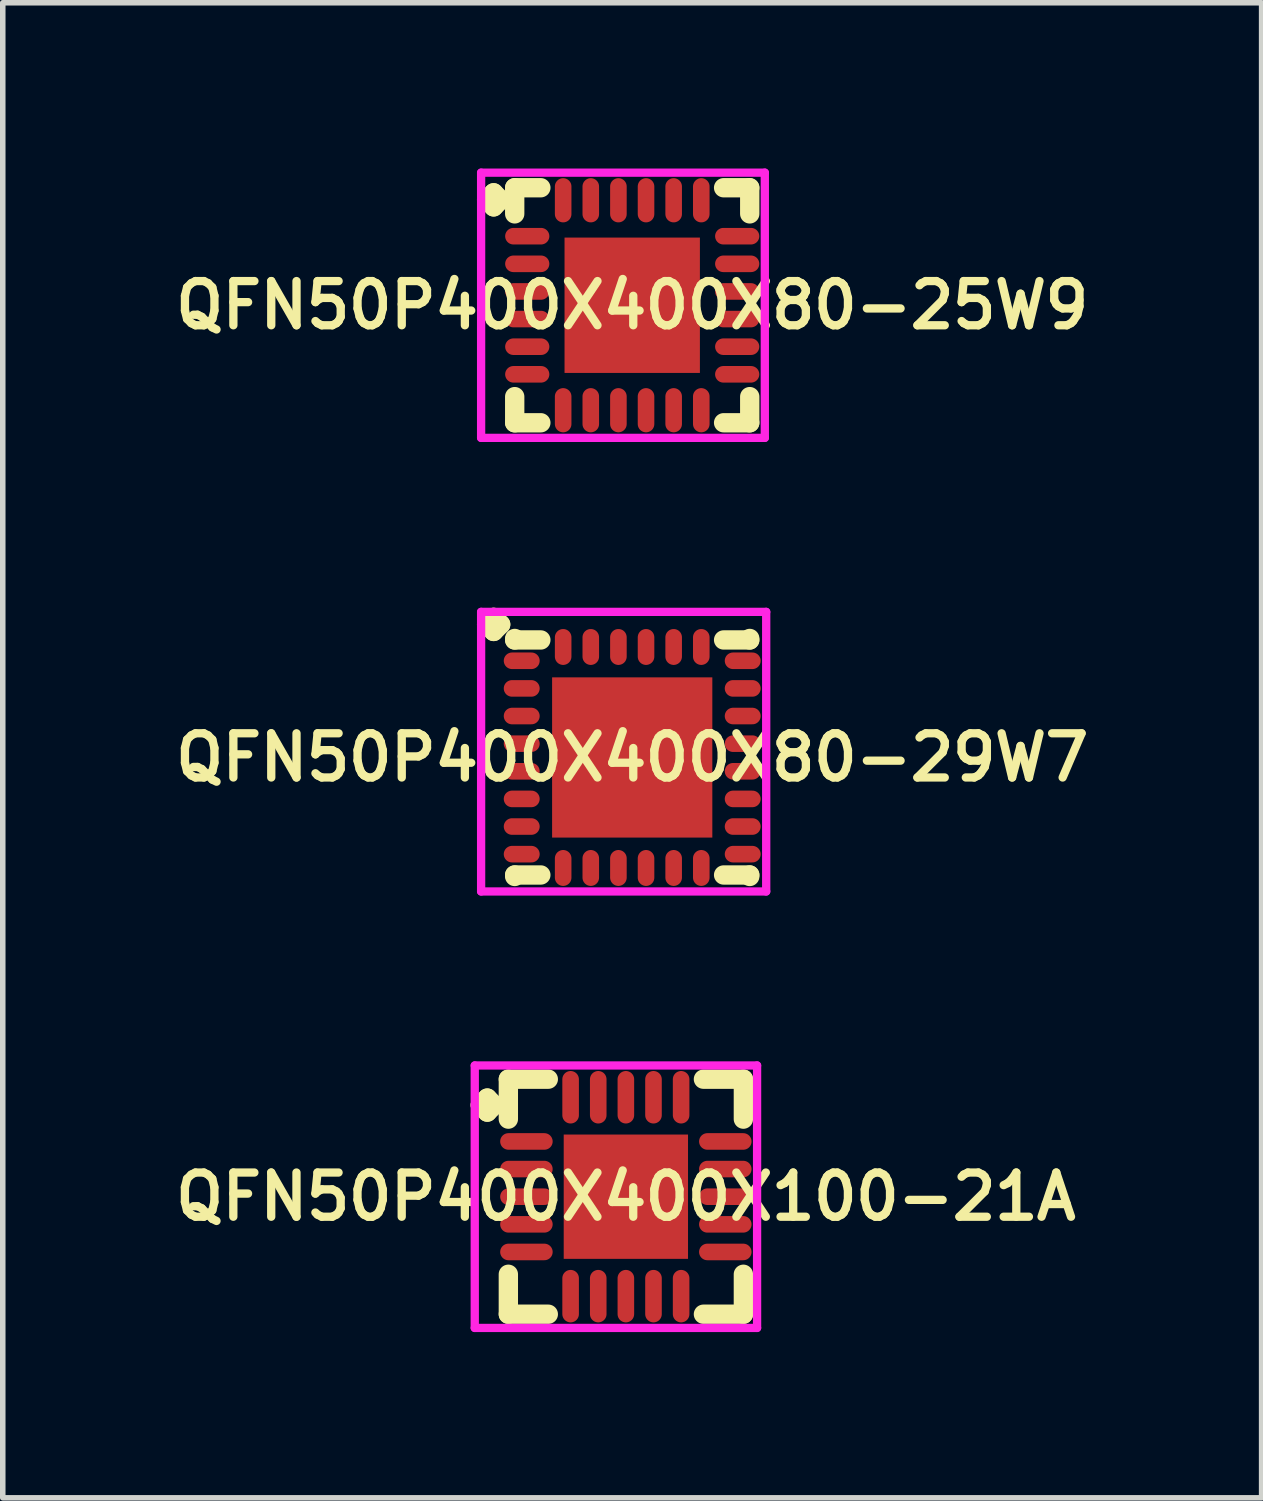
<source format=kicad_pcb>
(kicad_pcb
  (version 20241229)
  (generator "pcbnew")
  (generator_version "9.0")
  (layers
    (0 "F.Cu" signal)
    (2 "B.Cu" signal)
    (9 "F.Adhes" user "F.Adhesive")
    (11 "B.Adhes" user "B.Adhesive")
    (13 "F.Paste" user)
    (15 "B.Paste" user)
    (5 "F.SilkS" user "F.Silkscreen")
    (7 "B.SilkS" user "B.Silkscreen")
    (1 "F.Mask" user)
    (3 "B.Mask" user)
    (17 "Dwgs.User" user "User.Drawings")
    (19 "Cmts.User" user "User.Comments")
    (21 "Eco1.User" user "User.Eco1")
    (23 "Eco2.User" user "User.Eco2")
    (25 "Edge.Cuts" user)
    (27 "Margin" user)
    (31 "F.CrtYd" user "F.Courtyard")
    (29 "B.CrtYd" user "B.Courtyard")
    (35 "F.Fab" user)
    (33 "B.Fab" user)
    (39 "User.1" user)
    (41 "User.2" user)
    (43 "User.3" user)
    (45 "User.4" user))
  (footprint "QFN50P400X400X80-25W9"
    (layer "F.Cu")
    (at 8.393 2.475)
    (property "Reference" "QFN50P400X400X80-25W9" (at 0 0 0) (layer "F.SilkS") (effects (font (size 0.8 0.8) (thickness 0.15))))
    (attr smd)
    (fp_line (start -2.635 -1.908) (end -2.508 -2.035) (stroke (width 0.35) (type solid)) (layer "F.SilkS"))
    (fp_line (start -2.508 -2.035) (end -2.381 -1.908) (stroke (width 0.35) (type solid)) (layer "F.SilkS"))
    (fp_line (start -2.508 -1.781) (end -2.635 -1.908) (stroke (width 0.35) (type solid)) (layer "F.SilkS"))
    (fp_line (start -2.381 -1.908) (end -2.508 -1.781) (stroke (width 0.35) (type solid)) (layer "F.SilkS"))
    (fp_line (start -2.127 -2.127) (end -1.654 -2.127) (stroke (width 0.35) (type solid)) (layer "F.SilkS"))
    (fp_line (start -2.127 -1.654) (end -2.127 -2.127) (stroke (width 0.35) (type solid)) (layer "F.SilkS"))
    (fp_line (start -2.127 1.654) (end -2.127 2.127) (stroke (width 0.35) (type solid)) (layer "F.SilkS"))
    (fp_line (start -2.127 2.127) (end -1.654 2.127) (stroke (width 0.35) (type solid)) (layer "F.SilkS"))
    (fp_line (start 1.654 -2.127) (end 2.127 -2.127) (stroke (width 0.35) (type solid)) (layer "F.SilkS"))
    (fp_line (start 1.654 2.127) (end 2.127 2.127) (stroke (width 0.35) (type solid)) (layer "F.SilkS"))
    (fp_line (start 2.127 -2.127) (end 2.127 -1.654) (stroke (width 0.35) (type solid)) (layer "F.SilkS"))
    (fp_line (start 2.127 2.127) (end 2.127 1.654) (stroke (width 0.35) (type solid)) (layer "F.SilkS"))
    (fp_line (start -2.735 -2.4) (end 2.4 -2.4) (stroke (width 0.15) (type solid)) (layer "F.CrtYd"))
    (fp_line (start -2.735 2.4) (end -2.735 -2.4) (stroke (width 0.15) (type solid)) (layer "F.CrtYd"))
    (fp_line (start 2.4 -2.4) (end 2.4 2.4) (stroke (width 0.15) (type solid)) (layer "F.CrtYd"))
    (fp_line (start 2.4 2.4) (end -2.735 2.4) (stroke (width 0.15) (type solid)) (layer "F.CrtYd"))
    (pad "1" smd oval (at -1.9 -1.25) (size 0.8 0.3) (layers "F.Cu" "F.Mask" "F.Paste"))
    (pad "2" smd oval (at -1.9 -0.75) (size 0.8 0.3) (layers "F.Cu" "F.Mask" "F.Paste"))
    (pad "3" smd oval (at -1.9 -0.25) (size 0.8 0.3) (layers "F.Cu" "F.Mask" "F.Paste"))
    (pad "4" smd oval (at -1.9 0.25) (size 0.8 0.3) (layers "F.Cu" "F.Mask" "F.Paste"))
    (pad "5" smd oval (at -1.9 0.75) (size 0.8 0.3) (layers "F.Cu" "F.Mask" "F.Paste"))
    (pad "6" smd oval (at -1.9 1.25) (size 0.8 0.3) (layers "F.Cu" "F.Mask" "F.Paste"))
    (pad "7" smd oval (at -1.25 1.9) (size 0.3 0.8) (layers "F.Cu" "F.Mask" "F.Paste"))
    (pad "8" smd oval (at -0.75 1.9) (size 0.3 0.8) (layers "F.Cu" "F.Mask" "F.Paste"))
    (pad "9" smd oval (at -0.25 1.9) (size 0.3 0.8) (layers "F.Cu" "F.Mask" "F.Paste"))
    (pad "10" smd oval (at 0.25 1.9) (size 0.3 0.8) (layers "F.Cu" "F.Mask" "F.Paste"))
    (pad "11" smd oval (at 0.75 1.9) (size 0.3 0.8) (layers "F.Cu" "F.Mask" "F.Paste"))
    (pad "12" smd oval (at 1.25 1.9) (size 0.3 0.8) (layers "F.Cu" "F.Mask" "F.Paste"))
    (pad "13" smd oval (at 1.9 1.25) (size 0.8 0.3) (layers "F.Cu" "F.Mask" "F.Paste"))
    (pad "14" smd oval (at 1.9 0.75) (size 0.8 0.3) (layers "F.Cu" "F.Mask" "F.Paste"))
    (pad "15" smd oval (at 1.9 0.25) (size 0.8 0.3) (layers "F.Cu" "F.Mask" "F.Paste"))
    (pad "16" smd oval (at 1.9 -0.25) (size 0.8 0.3) (layers "F.Cu" "F.Mask" "F.Paste"))
    (pad "17" smd oval (at 1.9 -0.75) (size 0.8 0.3) (layers "F.Cu" "F.Mask" "F.Paste"))
    (pad "18" smd oval (at 1.9 -1.25) (size 0.8 0.3) (layers "F.Cu" "F.Mask" "F.Paste"))
    (pad "19" smd oval (at 1.25 -1.9) (size 0.3 0.8) (layers "F.Cu" "F.Mask" "F.Paste"))
    (pad "20" smd oval (at 0.75 -1.9) (size 0.3 0.8) (layers "F.Cu" "F.Mask" "F.Paste"))
    (pad "21" smd oval (at 0.25 -1.9) (size 0.3 0.8) (layers "F.Cu" "F.Mask" "F.Paste"))
    (pad "22" smd oval (at -0.25 -1.9) (size 0.3 0.8) (layers "F.Cu" "F.Mask" "F.Paste"))
    (pad "23" smd oval (at -0.75 -1.9) (size 0.3 0.8) (layers "F.Cu" "F.Mask" "F.Paste"))
    (pad "24" smd oval (at -1.25 -1.9) (size 0.3 0.8) (layers "F.Cu" "F.Mask" "F.Paste"))
    (pad "25" smd rect (at 0 0) (size 2.45 2.45) (layers "F.Cu" "F.Mask" "F.Paste")))
  (footprint "QFN50P400X400X100-21A"
    (layer "F.Cu")
    (at 8.278 18.61)
    (property "Reference" "QFN50P400X400X100-21A" (at 0 0 0) (layer "F.SilkS") (effects (font (size 0.8 0.8) (thickness 0.15))))
    (attr smd)
    (fp_line (start -2.635 -1.658) (end -2.508 -1.785) (stroke (width 0.35) (type solid)) (layer "F.SilkS"))
    (fp_line (start -2.508 -1.785) (end -2.381 -1.658) (stroke (width 0.35) (type solid)) (layer "F.SilkS"))
    (fp_line (start -2.508 -1.531) (end -2.635 -1.658) (stroke (width 0.35) (type solid)) (layer "F.SilkS"))
    (fp_line (start -2.381 -1.658) (end -2.508 -1.531) (stroke (width 0.35) (type solid)) (layer "F.SilkS"))
    (fp_line (start -2.127 -2.127) (end -1.404 -2.127) (stroke (width 0.35) (type solid)) (layer "F.SilkS"))
    (fp_line (start -2.127 -1.404) (end -2.127 -2.127) (stroke (width 0.35) (type solid)) (layer "F.SilkS"))
    (fp_line (start -2.127 1.404) (end -2.127 2.127) (stroke (width 0.35) (type solid)) (layer "F.SilkS"))
    (fp_line (start -2.127 2.127) (end -1.404 2.127) (stroke (width 0.35) (type solid)) (layer "F.SilkS"))
    (fp_line (start 1.404 -2.127) (end 2.127 -2.127) (stroke (width 0.35) (type solid)) (layer "F.SilkS"))
    (fp_line (start 1.404 2.127) (end 2.127 2.127) (stroke (width 0.35) (type solid)) (layer "F.SilkS"))
    (fp_line (start 2.127 -2.127) (end 2.127 -1.404) (stroke (width 0.35) (type solid)) (layer "F.SilkS"))
    (fp_line (start 2.127 2.127) (end 2.127 1.404) (stroke (width 0.35) (type solid)) (layer "F.SilkS"))
    (fp_line (start -2.735 -2.375) (end 2.375 -2.375) (stroke (width 0.15) (type solid)) (layer "F.CrtYd"))
    (fp_line (start -2.735 2.375) (end -2.735 -2.375) (stroke (width 0.15) (type solid)) (layer "F.CrtYd"))
    (fp_line (start 2.375 -2.375) (end 2.375 2.375) (stroke (width 0.15) (type solid)) (layer "F.CrtYd"))
    (fp_line (start 2.375 2.375) (end -2.735 2.375) (stroke (width 0.15) (type solid)) (layer "F.CrtYd"))
    (pad "1" smd oval (at -1.8 -1) (size 0.95 0.3) (layers "F.Cu" "F.Mask" "F.Paste"))
    (pad "2" smd oval (at -1.8 -0.5) (size 0.95 0.3) (layers "F.Cu" "F.Mask" "F.Paste"))
    (pad "3" smd oval (at -1.8 0) (size 0.95 0.3) (layers "F.Cu" "F.Mask" "F.Paste"))
    (pad "4" smd oval (at -1.8 0.5) (size 0.95 0.3) (layers "F.Cu" "F.Mask" "F.Paste"))
    (pad "5" smd oval (at -1.8 1) (size 0.95 0.3) (layers "F.Cu" "F.Mask" "F.Paste"))
    (pad "6" smd oval (at -1 1.8) (size 0.3 0.95) (layers "F.Cu" "F.Mask" "F.Paste"))
    (pad "7" smd oval (at -0.5 1.8) (size 0.3 0.95) (layers "F.Cu" "F.Mask" "F.Paste"))
    (pad "8" smd oval (at 0 1.8) (size 0.3 0.95) (layers "F.Cu" "F.Mask" "F.Paste"))
    (pad "9" smd oval (at 0.5 1.8) (size 0.3 0.95) (layers "F.Cu" "F.Mask" "F.Paste"))
    (pad "10" smd oval (at 1 1.8) (size 0.3 0.95) (layers "F.Cu" "F.Mask" "F.Paste"))
    (pad "11" smd oval (at 1.8 1) (size 0.95 0.3) (layers "F.Cu" "F.Mask" "F.Paste"))
    (pad "12" smd oval (at 1.8 0.5) (size 0.95 0.3) (layers "F.Cu" "F.Mask" "F.Paste"))
    (pad "13" smd oval (at 1.8 0) (size 0.95 0.3) (layers "F.Cu" "F.Mask" "F.Paste"))
    (pad "14" smd oval (at 1.8 -0.5) (size 0.95 0.3) (layers "F.Cu" "F.Mask" "F.Paste"))
    (pad "15" smd oval (at 1.8 -1) (size 0.95 0.3) (layers "F.Cu" "F.Mask" "F.Paste"))
    (pad "16" smd oval (at 1 -1.8) (size 0.3 0.95) (layers "F.Cu" "F.Mask" "F.Paste"))
    (pad "17" smd oval (at 0.5 -1.8) (size 0.3 0.95) (layers "F.Cu" "F.Mask" "F.Paste"))
    (pad "18" smd oval (at 0 -1.8) (size 0.3 0.95) (layers "F.Cu" "F.Mask" "F.Paste"))
    (pad "19" smd oval (at -0.5 -1.8) (size 0.3 0.95) (layers "F.Cu" "F.Mask" "F.Paste"))
    (pad "20" smd oval (at -1 -1.8) (size 0.3 0.95) (layers "F.Cu" "F.Mask" "F.Paste"))
    (pad "21" smd rect (at 0 0) (size 2.25 2.25) (layers "F.Cu" "F.Mask" "F.Paste")))
  (footprint "QFN50P400X400X80-29W7"
    (layer "F.Cu")
    (at 8.393 10.66)
    (property "Reference" "QFN50P400X400X80-29W7" (at 0 0 0) (layer "F.SilkS") (effects (font (size 0.8 0.8) (thickness 0.15))))
    (attr smd)
    (fp_line (start -2.635 -2.408) (end -2.508 -2.535) (stroke (width 0.35) (type solid)) (layer "F.SilkS"))
    (fp_line (start -2.508 -2.535) (end -2.381 -2.408) (stroke (width 0.35) (type solid)) (layer "F.SilkS"))
    (fp_line (start -2.508 -2.281) (end -2.635 -2.408) (stroke (width 0.35) (type solid)) (layer "F.SilkS"))
    (fp_line (start -2.381 -2.408) (end -2.508 -2.281) (stroke (width 0.35) (type solid)) (layer "F.SilkS"))
    (fp_line (start -2.127 -2.154) (end -2.127 -2.127) (stroke (width 0.35) (type solid)) (layer "F.SilkS"))
    (fp_line (start -2.127 -2.127) (end -1.654 -2.127) (stroke (width 0.35) (type solid)) (layer "F.SilkS"))
    (fp_line (start -2.127 2.127) (end -1.654 2.127) (stroke (width 0.35) (type solid)) (layer "F.SilkS"))
    (fp_line (start -2.127 2.154) (end -2.127 2.127) (stroke (width 0.35) (type solid)) (layer "F.SilkS"))
    (fp_line (start 1.654 -2.127) (end 2.127 -2.127) (stroke (width 0.35) (type solid)) (layer "F.SilkS"))
    (fp_line (start 1.654 2.127) (end 2.127 2.127) (stroke (width 0.35) (type solid)) (layer "F.SilkS"))
    (fp_line (start 2.127 -2.127) (end 2.127 -2.154) (stroke (width 0.35) (type solid)) (layer "F.SilkS"))
    (fp_line (start 2.127 2.127) (end 2.127 2.154) (stroke (width 0.35) (type solid)) (layer "F.SilkS"))
    (fp_line (start -2.735 -2.635) (end 2.425 -2.635) (stroke (width 0.15) (type solid)) (layer "F.CrtYd"))
    (fp_line (start -2.735 2.425) (end -2.735 -2.635) (stroke (width 0.15) (type solid)) (layer "F.CrtYd"))
    (fp_line (start 2.425 -2.635) (end 2.425 2.425) (stroke (width 0.15) (type solid)) (layer "F.CrtYd"))
    (fp_line (start 2.425 2.425) (end -2.735 2.425) (stroke (width 0.15) (type solid)) (layer "F.CrtYd"))
    (pad "1" smd oval (at -2 -1.75) (size 0.65 0.3) (layers "F.Cu" "F.Mask" "F.Paste"))
    (pad "2" smd oval (at -2 -1.25) (size 0.65 0.3) (layers "F.Cu" "F.Mask" "F.Paste"))
    (pad "3" smd oval (at -2 -0.75) (size 0.65 0.3) (layers "F.Cu" "F.Mask" "F.Paste"))
    (pad "4" smd oval (at -2 -0.25) (size 0.65 0.3) (layers "F.Cu" "F.Mask" "F.Paste"))
    (pad "5" smd oval (at -2 0.25) (size 0.65 0.3) (layers "F.Cu" "F.Mask" "F.Paste"))
    (pad "6" smd oval (at -2 0.75) (size 0.65 0.3) (layers "F.Cu" "F.Mask" "F.Paste"))
    (pad "7" smd oval (at -2 1.25) (size 0.65 0.3) (layers "F.Cu" "F.Mask" "F.Paste"))
    (pad "8" smd oval (at -2 1.75) (size 0.65 0.3) (layers "F.Cu" "F.Mask" "F.Paste"))
    (pad "9" smd oval (at -1.25 2) (size 0.3 0.65) (layers "F.Cu" "F.Mask" "F.Paste"))
    (pad "10" smd oval (at -0.75 2) (size 0.3 0.65) (layers "F.Cu" "F.Mask" "F.Paste"))
    (pad "11" smd oval (at -0.25 2) (size 0.3 0.65) (layers "F.Cu" "F.Mask" "F.Paste"))
    (pad "12" smd oval (at 0.25 2) (size 0.3 0.65) (layers "F.Cu" "F.Mask" "F.Paste"))
    (pad "13" smd oval (at 0.75 2) (size 0.3 0.65) (layers "F.Cu" "F.Mask" "F.Paste"))
    (pad "14" smd oval (at 1.25 2) (size 0.3 0.65) (layers "F.Cu" "F.Mask" "F.Paste"))
    (pad "15" smd oval (at 2 1.75) (size 0.65 0.3) (layers "F.Cu" "F.Mask" "F.Paste"))
    (pad "16" smd oval (at 2 1.25) (size 0.65 0.3) (layers "F.Cu" "F.Mask" "F.Paste"))
    (pad "17" smd oval (at 2 0.75) (size 0.65 0.3) (layers "F.Cu" "F.Mask" "F.Paste"))
    (pad "18" smd oval (at 2 0.25) (size 0.65 0.3) (layers "F.Cu" "F.Mask" "F.Paste"))
    (pad "19" smd oval (at 2 -0.25) (size 0.65 0.3) (layers "F.Cu" "F.Mask" "F.Paste"))
    (pad "20" smd oval (at 2 -0.75) (size 0.65 0.3) (layers "F.Cu" "F.Mask" "F.Paste"))
    (pad "21" smd oval (at 2 -1.25) (size 0.65 0.3) (layers "F.Cu" "F.Mask" "F.Paste"))
    (pad "22" smd oval (at 2 -1.75) (size 0.65 0.3) (layers "F.Cu" "F.Mask" "F.Paste"))
    (pad "23" smd oval (at 1.25 -2) (size 0.3 0.65) (layers "F.Cu" "F.Mask" "F.Paste"))
    (pad "24" smd oval (at 0.75 -2) (size 0.3 0.65) (layers "F.Cu" "F.Mask" "F.Paste"))
    (pad "25" smd oval (at 0.25 -2) (size 0.3 0.65) (layers "F.Cu" "F.Mask" "F.Paste"))
    (pad "26" smd oval (at -0.25 -2) (size 0.3 0.65) (layers "F.Cu" "F.Mask" "F.Paste"))
    (pad "27" smd oval (at -0.75 -2) (size 0.3 0.65) (layers "F.Cu" "F.Mask" "F.Paste"))
    (pad "28" smd oval (at -1.25 -2) (size 0.3 0.65) (layers "F.Cu" "F.Mask" "F.Paste"))
    (pad "29" smd rect (at 0 0) (size 2.9 2.9) (layers "F.Cu" "F.Mask" "F.Paste")))
  (gr_rect
    (start -3 -3)
    (end 19.785 24.06)
    (stroke (width 0.1) (type default))
    (fill no)
    (layer "Edge.Cuts")))
</source>
